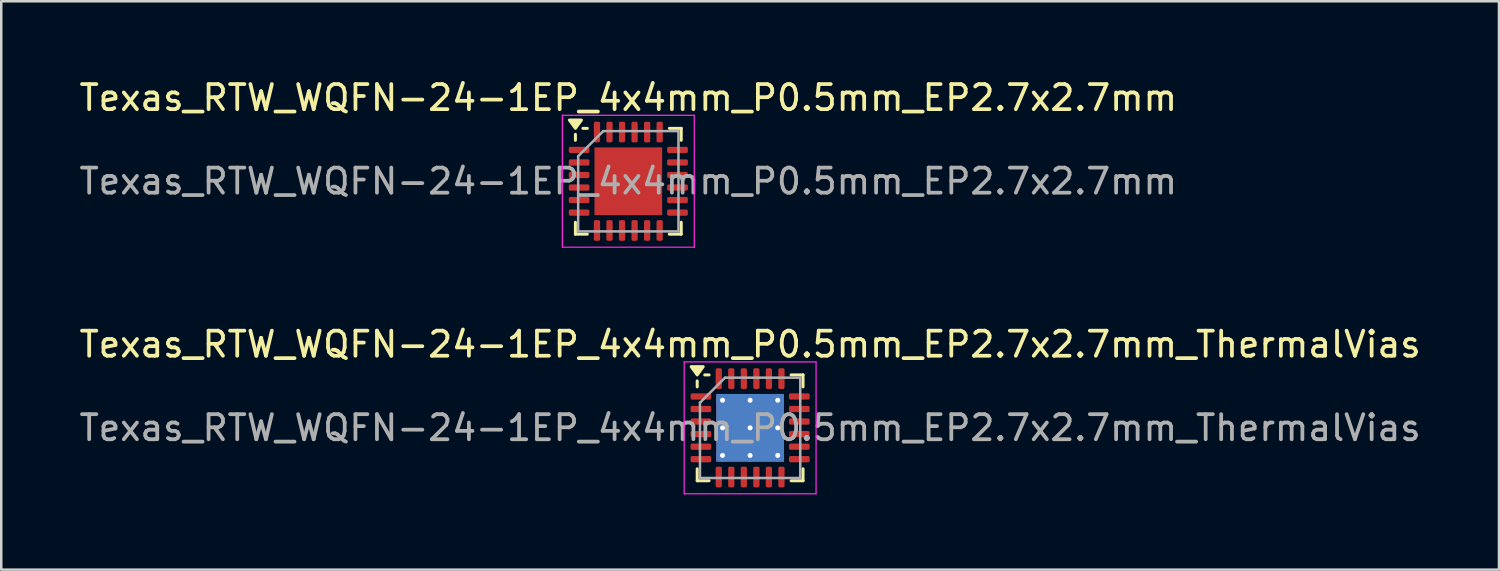
<source format=kicad_pcb>
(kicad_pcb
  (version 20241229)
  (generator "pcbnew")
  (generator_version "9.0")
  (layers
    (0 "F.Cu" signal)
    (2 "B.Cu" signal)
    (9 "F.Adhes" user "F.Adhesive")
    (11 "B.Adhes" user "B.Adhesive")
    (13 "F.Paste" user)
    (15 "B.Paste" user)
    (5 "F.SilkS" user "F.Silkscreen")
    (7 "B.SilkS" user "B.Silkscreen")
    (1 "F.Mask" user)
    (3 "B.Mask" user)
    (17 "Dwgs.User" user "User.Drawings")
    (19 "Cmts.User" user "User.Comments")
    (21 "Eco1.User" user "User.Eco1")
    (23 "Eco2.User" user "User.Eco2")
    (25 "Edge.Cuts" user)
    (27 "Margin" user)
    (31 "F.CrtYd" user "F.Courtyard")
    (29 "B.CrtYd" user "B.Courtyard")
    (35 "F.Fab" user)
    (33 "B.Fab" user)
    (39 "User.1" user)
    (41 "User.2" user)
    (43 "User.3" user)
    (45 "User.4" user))
  (footprint "Texas_RTW_WQFN-24-1EP_4x4mm_P0.5mm_EP2.7x2.7mm"
    (layer "F.Cu")
    (at 22.006 4.178)
    (property "Reference" "Texas_RTW_WQFN-24-1EP_4x4mm_P0.5mm_EP2.7x2.7mm" (at 0 -3.33 0) (layer "F.SilkS") (effects (font (size 1 1) (thickness 0.15))))
    (attr smd)
    (fp_line (start -2.11 -1.635) (end -2.11 -1.87) (stroke (width 0.12) (type solid)) (layer "F.SilkS"))
    (fp_line (start -2.11 2.11) (end -2.11 1.635) (stroke (width 0.12) (type solid)) (layer "F.SilkS"))
    (fp_line (start -1.635 -2.11) (end -1.81 -2.11) (stroke (width 0.12) (type solid)) (layer "F.SilkS"))
    (fp_line (start -1.635 2.11) (end -2.11 2.11) (stroke (width 0.12) (type solid)) (layer "F.SilkS"))
    (fp_line (start 1.635 -2.11) (end 2.11 -2.11) (stroke (width 0.12) (type solid)) (layer "F.SilkS"))
    (fp_line (start 1.635 2.11) (end 2.11 2.11) (stroke (width 0.12) (type solid)) (layer "F.SilkS"))
    (fp_line (start 2.11 -2.11) (end 2.11 -1.635) (stroke (width 0.12) (type solid)) (layer "F.SilkS"))
    (fp_line (start 2.11 2.11) (end 2.11 1.635) (stroke (width 0.12) (type solid)) (layer "F.SilkS"))
    (fp_poly (pts (xy -2.11 -2.11) (xy -2.35 -2.44) (xy -1.87 -2.44) (xy -2.11 -2.11)) (stroke (width 0.12) (type solid)) (fill yes) (layer "F.SilkS"))
    (fp_line (start -2.63 -2.63) (end -2.63 2.63) (stroke (width 0.05) (type solid)) (layer "F.CrtYd"))
    (fp_line (start -2.63 2.63) (end 2.63 2.63) (stroke (width 0.05) (type solid)) (layer "F.CrtYd"))
    (fp_line (start 2.63 -2.63) (end -2.63 -2.63) (stroke (width 0.05) (type solid)) (layer "F.CrtYd"))
    (fp_line (start 2.63 2.63) (end 2.63 -2.63) (stroke (width 0.05) (type solid)) (layer "F.CrtYd"))
    (fp_line (start -2 -1) (end -1 -2) (stroke (width 0.1) (type solid)) (layer "F.Fab"))
    (fp_line (start -2 2) (end -2 -1) (stroke (width 0.1) (type solid)) (layer "F.Fab"))
    (fp_line (start -1 -2) (end 2 -2) (stroke (width 0.1) (type solid)) (layer "F.Fab"))
    (fp_line (start 2 -2) (end 2 2) (stroke (width 0.1) (type solid)) (layer "F.Fab"))
    (fp_line (start 2 2) (end -2 2) (stroke (width 0.1) (type solid)) (layer "F.Fab"))
    (fp_text user "${REFERENCE}" (at 0 0 0) (layer "F.Fab") (effects (font (size 1 1) (thickness 0.15))))
    (pad "" smd roundrect (at -0.675 -0.675) (size 1.09 1.09) (layers "F.Paste") (roundrect_rratio 0.229))
    (pad "" smd roundrect (at -0.675 0.675) (size 1.09 1.09) (layers "F.Paste") (roundrect_rratio 0.229))
    (pad "" smd roundrect (at 0.675 -0.675) (size 1.09 1.09) (layers "F.Paste") (roundrect_rratio 0.229))
    (pad "" smd roundrect (at 0.675 0.675) (size 1.09 1.09) (layers "F.Paste") (roundrect_rratio 0.229))
    (pad "1" smd roundrect (at -1.962 -1.25) (size 0.825 0.25) (layers "F.Cu" "F.Mask" "F.Paste") (roundrect_rratio 0.25))
    (pad "2" smd roundrect (at -1.962 -0.75) (size 0.825 0.25) (layers "F.Cu" "F.Mask" "F.Paste") (roundrect_rratio 0.25))
    (pad "3" smd roundrect (at -1.962 -0.25) (size 0.825 0.25) (layers "F.Cu" "F.Mask" "F.Paste") (roundrect_rratio 0.25))
    (pad "4" smd roundrect (at -1.962 0.25) (size 0.825 0.25) (layers "F.Cu" "F.Mask" "F.Paste") (roundrect_rratio 0.25))
    (pad "5" smd roundrect (at -1.962 0.75) (size 0.825 0.25) (layers "F.Cu" "F.Mask" "F.Paste") (roundrect_rratio 0.25))
    (pad "6" smd roundrect (at -1.962 1.25) (size 0.825 0.25) (layers "F.Cu" "F.Mask" "F.Paste") (roundrect_rratio 0.25))
    (pad "7" smd roundrect (at -1.25 1.962) (size 0.25 0.825) (layers "F.Cu" "F.Mask" "F.Paste") (roundrect_rratio 0.25))
    (pad "8" smd roundrect (at -0.75 1.962) (size 0.25 0.825) (layers "F.Cu" "F.Mask" "F.Paste") (roundrect_rratio 0.25))
    (pad "9" smd roundrect (at -0.25 1.962) (size 0.25 0.825) (layers "F.Cu" "F.Mask" "F.Paste") (roundrect_rratio 0.25))
    (pad "10" smd roundrect (at 0.25 1.962) (size 0.25 0.825) (layers "F.Cu" "F.Mask" "F.Paste") (roundrect_rratio 0.25))
    (pad "11" smd roundrect (at 0.75 1.962) (size 0.25 0.825) (layers "F.Cu" "F.Mask" "F.Paste") (roundrect_rratio 0.25))
    (pad "12" smd roundrect (at 1.25 1.962) (size 0.25 0.825) (layers "F.Cu" "F.Mask" "F.Paste") (roundrect_rratio 0.25))
    (pad "13" smd roundrect (at 1.962 1.25) (size 0.825 0.25) (layers "F.Cu" "F.Mask" "F.Paste") (roundrect_rratio 0.25))
    (pad "14" smd roundrect (at 1.962 0.75) (size 0.825 0.25) (layers "F.Cu" "F.Mask" "F.Paste") (roundrect_rratio 0.25))
    (pad "15" smd roundrect (at 1.962 0.25) (size 0.825 0.25) (layers "F.Cu" "F.Mask" "F.Paste") (roundrect_rratio 0.25))
    (pad "16" smd roundrect (at 1.962 -0.25) (size 0.825 0.25) (layers "F.Cu" "F.Mask" "F.Paste") (roundrect_rratio 0.25))
    (pad "17" smd roundrect (at 1.962 -0.75) (size 0.825 0.25) (layers "F.Cu" "F.Mask" "F.Paste") (roundrect_rratio 0.25))
    (pad "18" smd roundrect (at 1.962 -1.25) (size 0.825 0.25) (layers "F.Cu" "F.Mask" "F.Paste") (roundrect_rratio 0.25))
    (pad "19" smd roundrect (at 1.25 -1.962) (size 0.25 0.825) (layers "F.Cu" "F.Mask" "F.Paste") (roundrect_rratio 0.25))
    (pad "20" smd roundrect (at 0.75 -1.962) (size 0.25 0.825) (layers "F.Cu" "F.Mask" "F.Paste") (roundrect_rratio 0.25))
    (pad "21" smd roundrect (at 0.25 -1.962) (size 0.25 0.825) (layers "F.Cu" "F.Mask" "F.Paste") (roundrect_rratio 0.25))
    (pad "22" smd roundrect (at -0.25 -1.962) (size 0.25 0.825) (layers "F.Cu" "F.Mask" "F.Paste") (roundrect_rratio 0.25))
    (pad "23" smd roundrect (at -0.75 -1.962) (size 0.25 0.825) (layers "F.Cu" "F.Mask" "F.Paste") (roundrect_rratio 0.25))
    (pad "24" smd roundrect (at -1.25 -1.962) (size 0.25 0.825) (layers "F.Cu" "F.Mask" "F.Paste") (roundrect_rratio 0.25))
    (pad "25" smd rect (at 0 0) (size 2.7 2.7) (property pad_prop_heatsink) (layers "F.Cu" "F.Mask")))
  (footprint "Texas_RTW_WQFN-24-1EP_4x4mm_P0.5mm_EP2.7x2.7mm_ThermalVias"
    (layer "F.Cu")
    (at 26.863 14.011)
    (property "Reference" "Texas_RTW_WQFN-24-1EP_4x4mm_P0.5mm_EP2.7x2.7mm_ThermalVias" (at 0 -3.33 0) (layer "F.SilkS") (effects (font (size 1 1) (thickness 0.15))))
    (attr smd)
    (fp_line (start -2.11 -1.635) (end -2.11 -1.87) (stroke (width 0.12) (type solid)) (layer "F.SilkS"))
    (fp_line (start -2.11 2.11) (end -2.11 1.635) (stroke (width 0.12) (type solid)) (layer "F.SilkS"))
    (fp_line (start -1.635 -2.11) (end -1.81 -2.11) (stroke (width 0.12) (type solid)) (layer "F.SilkS"))
    (fp_line (start -1.635 2.11) (end -2.11 2.11) (stroke (width 0.12) (type solid)) (layer "F.SilkS"))
    (fp_line (start 1.635 -2.11) (end 2.11 -2.11) (stroke (width 0.12) (type solid)) (layer "F.SilkS"))
    (fp_line (start 1.635 2.11) (end 2.11 2.11) (stroke (width 0.12) (type solid)) (layer "F.SilkS"))
    (fp_line (start 2.11 -2.11) (end 2.11 -1.635) (stroke (width 0.12) (type solid)) (layer "F.SilkS"))
    (fp_line (start 2.11 2.11) (end 2.11 1.635) (stroke (width 0.12) (type solid)) (layer "F.SilkS"))
    (fp_poly (pts (xy -2.11 -2.11) (xy -2.35 -2.44) (xy -1.87 -2.44) (xy -2.11 -2.11)) (stroke (width 0.12) (type solid)) (fill yes) (layer "F.SilkS"))
    (fp_line (start -2.63 -2.63) (end -2.63 2.63) (stroke (width 0.05) (type solid)) (layer "F.CrtYd"))
    (fp_line (start -2.63 2.63) (end 2.63 2.63) (stroke (width 0.05) (type solid)) (layer "F.CrtYd"))
    (fp_line (start 2.63 -2.63) (end -2.63 -2.63) (stroke (width 0.05) (type solid)) (layer "F.CrtYd"))
    (fp_line (start 2.63 2.63) (end 2.63 -2.63) (stroke (width 0.05) (type solid)) (layer "F.CrtYd"))
    (fp_line (start -2 -1) (end -1 -2) (stroke (width 0.1) (type solid)) (layer "F.Fab"))
    (fp_line (start -2 2) (end -2 -1) (stroke (width 0.1) (type solid)) (layer "F.Fab"))
    (fp_line (start -1 -2) (end 2 -2) (stroke (width 0.1) (type solid)) (layer "F.Fab"))
    (fp_line (start 2 -2) (end 2 2) (stroke (width 0.1) (type solid)) (layer "F.Fab"))
    (fp_line (start 2 2) (end -2 2) (stroke (width 0.1) (type solid)) (layer "F.Fab"))
    (fp_text user "${REFERENCE}" (at 0 0 0) (layer "F.Fab") (effects (font (size 1 1) (thickness 0.15))))
    (pad "" smd roundrect (at -0.675 -0.675) (size 1.13 1.13) (layers "F.Paste") (roundrect_rratio 0.221))
    (pad "" smd roundrect (at -0.675 0.675) (size 1.13 1.13) (layers "F.Paste") (roundrect_rratio 0.221))
    (pad "" smd roundrect (at 0.675 -0.675) (size 1.13 1.13) (layers "F.Paste") (roundrect_rratio 0.221))
    (pad "" smd roundrect (at 0.675 0.675) (size 1.13 1.13) (layers "F.Paste") (roundrect_rratio 0.221))
    (pad "1" smd roundrect (at -1.962 -1.25) (size 0.825 0.25) (layers "F.Cu" "F.Mask" "F.Paste") (roundrect_rratio 0.25))
    (pad "2" smd roundrect (at -1.962 -0.75) (size 0.825 0.25) (layers "F.Cu" "F.Mask" "F.Paste") (roundrect_rratio 0.25))
    (pad "3" smd roundrect (at -1.962 -0.25) (size 0.825 0.25) (layers "F.Cu" "F.Mask" "F.Paste") (roundrect_rratio 0.25))
    (pad "4" smd roundrect (at -1.962 0.25) (size 0.825 0.25) (layers "F.Cu" "F.Mask" "F.Paste") (roundrect_rratio 0.25))
    (pad "5" smd roundrect (at -1.962 0.75) (size 0.825 0.25) (layers "F.Cu" "F.Mask" "F.Paste") (roundrect_rratio 0.25))
    (pad "6" smd roundrect (at -1.962 1.25) (size 0.825 0.25) (layers "F.Cu" "F.Mask" "F.Paste") (roundrect_rratio 0.25))
    (pad "7" smd roundrect (at -1.25 1.962) (size 0.25 0.825) (layers "F.Cu" "F.Mask" "F.Paste") (roundrect_rratio 0.25))
    (pad "8" smd roundrect (at -0.75 1.962) (size 0.25 0.825) (layers "F.Cu" "F.Mask" "F.Paste") (roundrect_rratio 0.25))
    (pad "9" smd roundrect (at -0.25 1.962) (size 0.25 0.825) (layers "F.Cu" "F.Mask" "F.Paste") (roundrect_rratio 0.25))
    (pad "10" smd roundrect (at 0.25 1.962) (size 0.25 0.825) (layers "F.Cu" "F.Mask" "F.Paste") (roundrect_rratio 0.25))
    (pad "11" smd roundrect (at 0.75 1.962) (size 0.25 0.825) (layers "F.Cu" "F.Mask" "F.Paste") (roundrect_rratio 0.25))
    (pad "12" smd roundrect (at 1.25 1.962) (size 0.25 0.825) (layers "F.Cu" "F.Mask" "F.Paste") (roundrect_rratio 0.25))
    (pad "13" smd roundrect (at 1.962 1.25) (size 0.825 0.25) (layers "F.Cu" "F.Mask" "F.Paste") (roundrect_rratio 0.25))
    (pad "14" smd roundrect (at 1.962 0.75) (size 0.825 0.25) (layers "F.Cu" "F.Mask" "F.Paste") (roundrect_rratio 0.25))
    (pad "15" smd roundrect (at 1.962 0.25) (size 0.825 0.25) (layers "F.Cu" "F.Mask" "F.Paste") (roundrect_rratio 0.25))
    (pad "16" smd roundrect (at 1.962 -0.25) (size 0.825 0.25) (layers "F.Cu" "F.Mask" "F.Paste") (roundrect_rratio 0.25))
    (pad "17" smd roundrect (at 1.962 -0.75) (size 0.825 0.25) (layers "F.Cu" "F.Mask" "F.Paste") (roundrect_rratio 0.25))
    (pad "18" smd roundrect (at 1.962 -1.25) (size 0.825 0.25) (layers "F.Cu" "F.Mask" "F.Paste") (roundrect_rratio 0.25))
    (pad "19" smd roundrect (at 1.25 -1.962) (size 0.25 0.825) (layers "F.Cu" "F.Mask" "F.Paste") (roundrect_rratio 0.25))
    (pad "20" smd roundrect (at 0.75 -1.962) (size 0.25 0.825) (layers "F.Cu" "F.Mask" "F.Paste") (roundrect_rratio 0.25))
    (pad "21" smd roundrect (at 0.25 -1.962) (size 0.25 0.825) (layers "F.Cu" "F.Mask" "F.Paste") (roundrect_rratio 0.25))
    (pad "22" smd roundrect (at -0.25 -1.962) (size 0.25 0.825) (layers "F.Cu" "F.Mask" "F.Paste") (roundrect_rratio 0.25))
    (pad "23" smd roundrect (at -0.75 -1.962) (size 0.25 0.825) (layers "F.Cu" "F.Mask" "F.Paste") (roundrect_rratio 0.25))
    (pad "24" smd roundrect (at -1.25 -1.962) (size 0.25 0.825) (layers "F.Cu" "F.Mask" "F.Paste") (roundrect_rratio 0.25))
    (pad "25" thru_hole circle (at -1.1 -1.1) (size 0.5 0.5) (drill 0.2) (property pad_prop_heatsink) (layers "*.Cu"))
    (pad "25" thru_hole circle (at -1.1 0) (size 0.5 0.5) (drill 0.2) (property pad_prop_heatsink) (layers "*.Cu"))
    (pad "25" thru_hole circle (at -1.1 1.1) (size 0.5 0.5) (drill 0.2) (property pad_prop_heatsink) (layers "*.Cu"))
    (pad "25" thru_hole circle (at 0 -1.1) (size 0.5 0.5) (drill 0.2) (property pad_prop_heatsink) (layers "*.Cu"))
    (pad "25" thru_hole circle (at 0 0) (size 0.5 0.5) (drill 0.2) (property pad_prop_heatsink) (layers "*.Cu"))
    (pad "25" smd rect (at 0 0) (size 2.7 2.7) (property pad_prop_heatsink) (layers "F.Cu" "F.Mask"))
    (pad "25" smd rect (at 0 0) (size 2.7 2.7) (property pad_prop_heatsink) (layers "B.Cu"))
    (pad "25" thru_hole circle (at 0 1.1) (size 0.5 0.5) (drill 0.2) (property pad_prop_heatsink) (layers "*.Cu"))
    (pad "25" thru_hole circle (at 1.1 -1.1) (size 0.5 0.5) (drill 0.2) (property pad_prop_heatsink) (layers "*.Cu"))
    (pad "25" thru_hole circle (at 1.1 0) (size 0.5 0.5) (drill 0.2) (property pad_prop_heatsink) (layers "*.Cu"))
    (pad "25" thru_hole circle (at 1.1 1.1) (size 0.5 0.5) (drill 0.2) (property pad_prop_heatsink) (layers "*.Cu")))
  (gr_rect
    (start -3 -3)
    (end 56.726 19.666)
    (stroke (width 0.1) (type default))
    (fill no)
    (layer "Edge.Cuts")))
</source>
